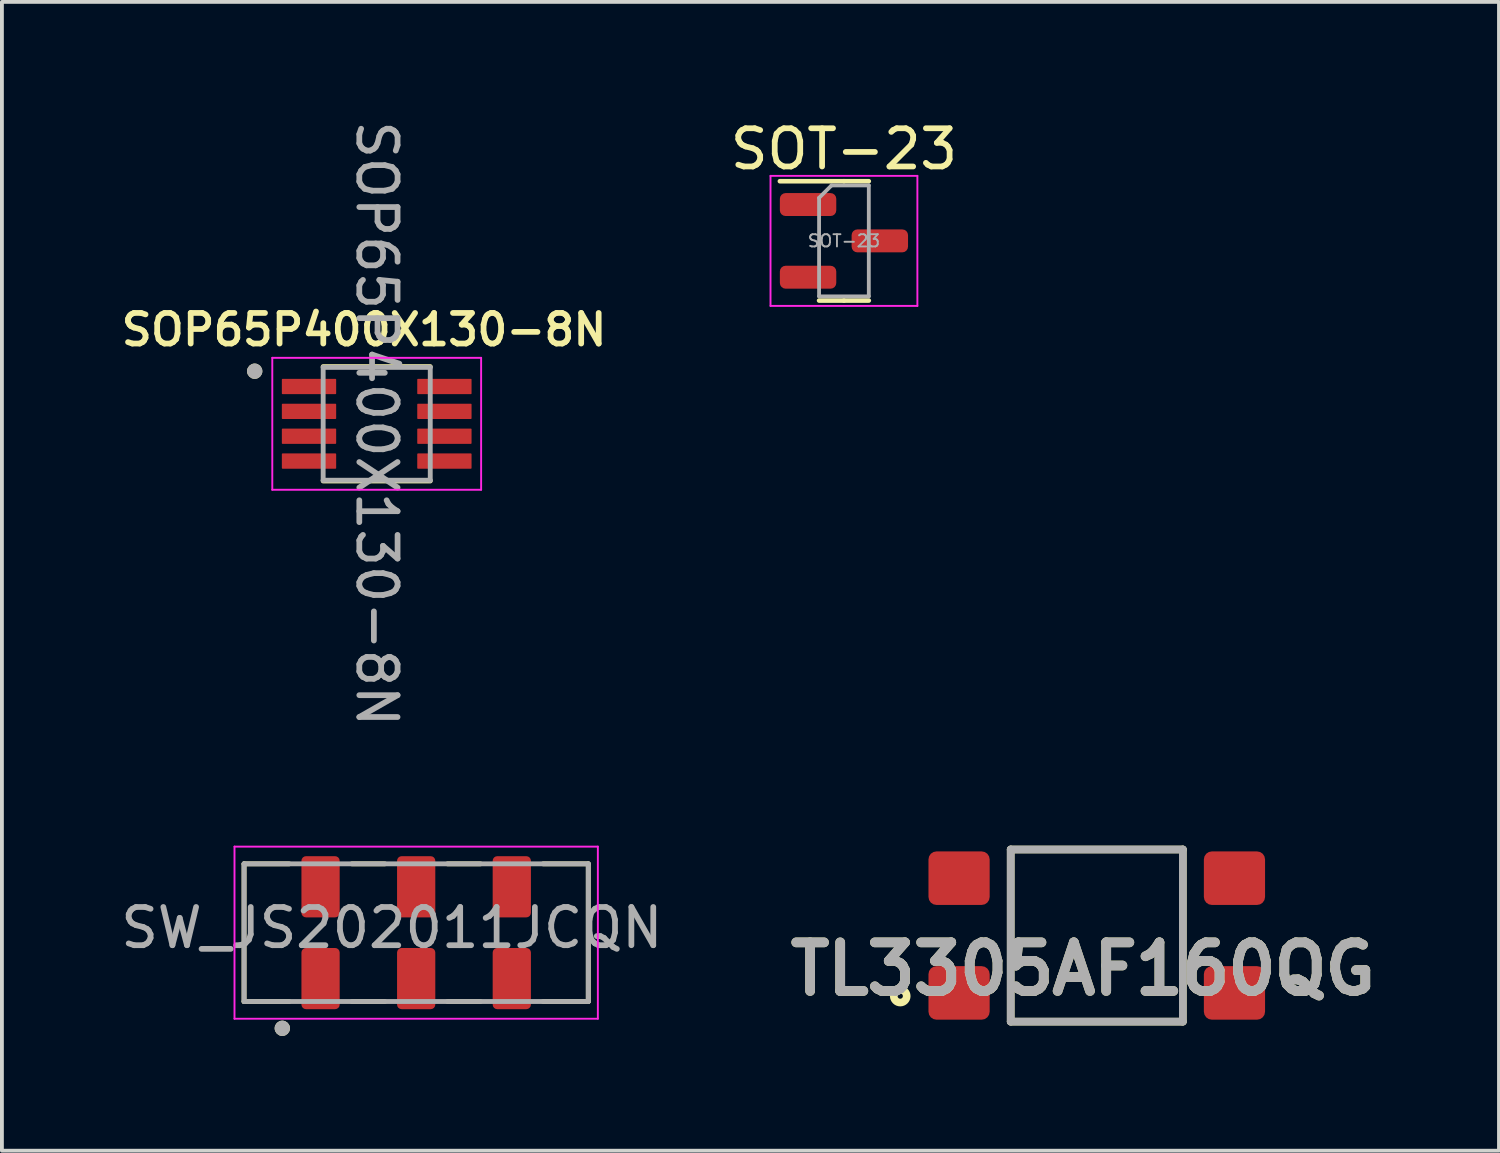
<source format=kicad_pcb>
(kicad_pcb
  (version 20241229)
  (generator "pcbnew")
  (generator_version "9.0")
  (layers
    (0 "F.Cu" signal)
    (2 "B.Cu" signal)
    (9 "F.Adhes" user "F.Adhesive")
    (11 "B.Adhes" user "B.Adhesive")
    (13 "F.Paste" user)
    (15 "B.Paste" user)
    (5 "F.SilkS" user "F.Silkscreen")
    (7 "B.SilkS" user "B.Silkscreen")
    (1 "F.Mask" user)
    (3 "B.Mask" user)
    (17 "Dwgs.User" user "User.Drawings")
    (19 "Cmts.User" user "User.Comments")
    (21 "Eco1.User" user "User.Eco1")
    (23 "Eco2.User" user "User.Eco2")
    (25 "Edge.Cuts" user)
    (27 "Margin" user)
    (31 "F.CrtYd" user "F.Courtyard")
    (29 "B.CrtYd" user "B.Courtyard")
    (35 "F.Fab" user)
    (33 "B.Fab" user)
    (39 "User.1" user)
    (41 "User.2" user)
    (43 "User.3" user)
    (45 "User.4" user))
  (footprint "SW_JS202011JCQN"
    (layer "F.Cu")
    (at 7.831 21.335)
    (property "Reference" "SW_JS202011JCQN" (at -0.635 -0.127 180) (layer "F.Fab") (effects (font (size 1 1) (thickness 0.15))))
    (attr smd)
    (fp_line (start -4.5 -1.8) (end -3.32 -1.8) (stroke (width 0.127) (type solid)) (layer "F.SilkS"))
    (fp_line (start -4.5 1.8) (end -4.5 -1.8) (stroke (width 0.127) (type solid)) (layer "F.SilkS"))
    (fp_line (start -3.32 1.8) (end -4.5 1.8) (stroke (width 0.127) (type solid)) (layer "F.SilkS"))
    (fp_line (start -1.68 -1.8) (end -0.82 -1.8) (stroke (width 0.127) (type solid)) (layer "F.SilkS"))
    (fp_line (start -0.82 1.8) (end -1.68 1.8) (stroke (width 0.127) (type solid)) (layer "F.SilkS"))
    (fp_line (start 0.82 -1.8) (end 1.68 -1.8) (stroke (width 0.127) (type solid)) (layer "F.SilkS"))
    (fp_line (start 1.68 1.8) (end 0.82 1.8) (stroke (width 0.127) (type solid)) (layer "F.SilkS"))
    (fp_line (start 3.32 -1.8) (end 4.5 -1.8) (stroke (width 0.127) (type solid)) (layer "F.SilkS"))
    (fp_line (start 4.5 -1.8) (end 4.5 1.8) (stroke (width 0.127) (type solid)) (layer "F.SilkS"))
    (fp_line (start 4.5 1.8) (end 3.32 1.8) (stroke (width 0.127) (type solid)) (layer "F.SilkS"))
    (fp_circle (center -3.5 2.5) (end -3.5 2.4) (stroke (width 0.2) (type solid)) (fill no) (layer "F.SilkS"))
    (fp_line (start -4.75 -2.25) (end 4.75 -2.25) (stroke (width 0.05) (type solid)) (layer "F.CrtYd"))
    (fp_line (start -4.75 2.25) (end -4.75 -2.25) (stroke (width 0.05) (type solid)) (layer "F.CrtYd"))
    (fp_line (start 4.75 -2.25) (end 4.75 2.25) (stroke (width 0.05) (type solid)) (layer "F.CrtYd"))
    (fp_line (start 4.75 2.25) (end -4.75 2.25) (stroke (width 0.05) (type solid)) (layer "F.CrtYd"))
    (fp_line (start -4.5 -1.8) (end 4.5 -1.8) (stroke (width 0.127) (type solid)) (layer "F.Fab"))
    (fp_line (start -4.5 1.8) (end -4.5 -1.8) (stroke (width 0.127) (type solid)) (layer "F.Fab"))
    (fp_line (start 4.5 -1.8) (end 4.5 1.8) (stroke (width 0.127) (type solid)) (layer "F.Fab"))
    (fp_line (start 4.5 1.8) (end -4.5 1.8) (stroke (width 0.127) (type solid)) (layer "F.Fab"))
    (fp_circle (center -3.5 2.5) (end -3.5 2.4) (stroke (width 0.2) (type solid)) (fill no) (layer "F.Fab"))
    (pad "1" smd roundrect (at -2.5 1.2 90) (size 1.6 1) (layers "F.Cu" "F.Mask" "F.Paste") (roundrect_rratio 0.12))
    (pad "2" smd roundrect (at 0 1.2 90) (size 1.6 1) (layers "F.Cu" "F.Mask" "F.Paste") (roundrect_rratio 0.12))
    (pad "3" smd roundrect (at 2.5 1.2 90) (size 1.6 1) (layers "F.Cu" "F.Mask" "F.Paste") (roundrect_rratio 0.12))
    (pad "4" smd roundrect (at -2.5 -1.2 90) (size 1.6 1) (layers "F.Cu" "F.Mask" "F.Paste") (roundrect_rratio 0.12))
    (pad "5" smd roundrect (at 0 -1.2 90) (size 1.6 1) (layers "F.Cu" "F.Mask" "F.Paste") (roundrect_rratio 0.12))
    (pad "6" smd roundrect (at 2.5 -1.2 90) (size 1.6 1) (layers "F.Cu" "F.Mask" "F.Paste") (roundrect_rratio 0.12)))
  (footprint "SOP65P400X130-8N"
    (layer "F.Cu")
    (at 6.799 8.03)
    (property "Reference" "SOP65P400X130-8N" (at -0.33 -2.46 0) (layer "F.SilkS") (effects (font (size 0.8 0.8) (thickness 0.15))))
    (attr smd)
    (fp_line (start -1.4 -1.495) (end 1.4 -1.495) (stroke (width 0.127) (type solid)) (layer "F.SilkS"))
    (fp_line (start -1.4 1.495) (end 1.4 1.495) (stroke (width 0.127) (type solid)) (layer "F.SilkS"))
    (fp_circle (center -3.19 -1.375) (end -3.09 -1.375) (stroke (width 0.2) (type solid)) (fill no) (layer "F.SilkS"))
    (fp_line (start -2.73 -1.725) (end -2.73 1.725) (stroke (width 0.05) (type solid)) (layer "F.CrtYd"))
    (fp_line (start -2.73 -1.725) (end 2.73 -1.725) (stroke (width 0.05) (type solid)) (layer "F.CrtYd"))
    (fp_line (start -2.73 1.725) (end 2.73 1.725) (stroke (width 0.05) (type solid)) (layer "F.CrtYd"))
    (fp_line (start 2.73 -1.725) (end 2.73 1.725) (stroke (width 0.05) (type solid)) (layer "F.CrtYd"))
    (fp_line (start -1.4 -1.475) (end -1.4 1.475) (stroke (width 0.127) (type solid)) (layer "F.Fab"))
    (fp_line (start -1.4 -1.475) (end 1.4 -1.475) (stroke (width 0.127) (type solid)) (layer "F.Fab"))
    (fp_line (start -1.4 1.475) (end 1.4 1.475) (stroke (width 0.127) (type solid)) (layer "F.Fab"))
    (fp_line (start 1.4 -1.475) (end 1.4 1.475) (stroke (width 0.127) (type solid)) (layer "F.Fab"))
    (fp_circle (center -3.19 -1.375) (end -3.09 -1.375) (stroke (width 0.2) (type solid)) (fill no) (layer "F.Fab"))
    (fp_text user "${REFERENCE}" (at 0 0 270) (unlocked yes) (layer "F.Fab") (effects (font (size 1 1) (thickness 0.15))))
    (pad "1" smd roundrect (at -1.77 -0.975) (size 1.42 0.4) (layers "F.Cu" "F.Mask" "F.Paste") (roundrect_rratio 0.05))
    (pad "2" smd roundrect (at -1.77 -0.325) (size 1.42 0.4) (layers "F.Cu" "F.Mask" "F.Paste") (roundrect_rratio 0.05))
    (pad "3" smd roundrect (at -1.77 0.325) (size 1.42 0.4) (layers "F.Cu" "F.Mask" "F.Paste") (roundrect_rratio 0.05))
    (pad "4" smd roundrect (at -1.77 0.975) (size 1.42 0.4) (layers "F.Cu" "F.Mask" "F.Paste") (roundrect_rratio 0.05))
    (pad "5" smd roundrect (at 1.77 0.975) (size 1.42 0.4) (layers "F.Cu" "F.Mask" "F.Paste") (roundrect_rratio 0.05))
    (pad "6" smd roundrect (at 1.77 0.325) (size 1.42 0.4) (layers "F.Cu" "F.Mask" "F.Paste") (roundrect_rratio 0.05))
    (pad "7" smd roundrect (at 1.77 -0.325) (size 1.42 0.4) (layers "F.Cu" "F.Mask" "F.Paste") (roundrect_rratio 0.05))
    (pad "8" smd roundrect (at 1.77 -0.975) (size 1.42 0.4) (layers "F.Cu" "F.Mask" "F.Paste") (roundrect_rratio 0.05)))
  (footprint "TL3305AF160QG"
    (layer "F.Cu")
    (at 25.625 21.41)
    (property "Reference" "TL3305AF160QG" (at -0.358 0.874 0) (layer "F.SilkS") (effects (font (size 1.27 1.27) (thickness 0.254))))
    (attr smd)
    (fp_line (start -2.25 -2.25) (end 2.25 -2.25) (stroke (width 0.2) (type solid)) (layer "F.SilkS"))
    (fp_line (start -2.25 2.25) (end -2.25 -2.25) (stroke (width 0.2) (type solid)) (layer "F.SilkS"))
    (fp_line (start 2.25 -2.25) (end 2.25 2.25) (stroke (width 0.2) (type solid)) (layer "F.SilkS"))
    (fp_line (start 2.25 2.25) (end -2.25 2.25) (stroke (width 0.2) (type solid)) (layer "F.SilkS"))
    (fp_circle (center -5.138 1.583) (end -5.138 1.652) (stroke (width 0.2) (type solid)) (fill no) (layer "F.SilkS"))
    (fp_line (start -2.25 -2.25) (end 2.25 -2.25) (stroke (width 0.2) (type solid)) (layer "F.Fab"))
    (fp_line (start -2.25 2.25) (end -2.25 -2.25) (stroke (width 0.2) (type solid)) (layer "F.Fab"))
    (fp_line (start 2.25 -2.25) (end 2.25 2.25) (stroke (width 0.2) (type solid)) (layer "F.Fab"))
    (fp_line (start 2.25 2.25) (end -2.25 2.25) (stroke (width 0.2) (type solid)) (layer "F.Fab"))
    (fp_text user "${REFERENCE}" (at -0.358 0.874 0) (layer "F.Fab") (effects (font (size 1.27 1.27) (thickness 0.254))))
    (pad "1" smd roundrect (at -3.6 1.5 90) (size 1.4 1.6) (layers "F.Cu" "F.Mask" "F.Paste") (roundrect_rratio 0.15))
    (pad "2" smd roundrect (at 3.6 1.5 90) (size 1.4 1.6) (layers "F.Cu" "F.Mask" "F.Paste") (roundrect_rratio 0.15))
    (pad "3" smd roundrect (at -3.6 -1.5 90) (size 1.4 1.6) (layers "F.Cu" "F.Mask" "F.Paste") (roundrect_rratio 0.15))
    (pad "4" smd roundrect (at 3.6 -1.5 90) (size 1.4 1.6) (layers "F.Cu" "F.Mask" "F.Paste") (roundrect_rratio 0.15)))
  (footprint "SOT-23"
    (layer "F.Cu")
    (at 19.015 3.248)
    (property "Reference" "SOT-23" (at 0 -2.4 180) (layer "F.SilkS") (effects (font (size 1 1) (thickness 0.15))))
    (attr smd)
    (fp_line (start 0 -1.56) (end -1.675 -1.56) (stroke (width 0.12) (type solid)) (layer "F.SilkS"))
    (fp_line (start 0 -1.56) (end 0.65 -1.56) (stroke (width 0.12) (type solid)) (layer "F.SilkS"))
    (fp_line (start 0 1.56) (end -0.65 1.56) (stroke (width 0.12) (type solid)) (layer "F.SilkS"))
    (fp_line (start 0 1.56) (end 0.65 1.56) (stroke (width 0.12) (type solid)) (layer "F.SilkS"))
    (fp_line (start -1.92 -1.7) (end -1.92 1.7) (stroke (width 0.05) (type solid)) (layer "F.CrtYd"))
    (fp_line (start -1.92 1.7) (end 1.92 1.7) (stroke (width 0.05) (type solid)) (layer "F.CrtYd"))
    (fp_line (start 1.92 -1.7) (end -1.92 -1.7) (stroke (width 0.05) (type solid)) (layer "F.CrtYd"))
    (fp_line (start 1.92 1.7) (end 1.92 -1.7) (stroke (width 0.05) (type solid)) (layer "F.CrtYd"))
    (fp_line (start -0.65 -1.125) (end -0.325 -1.45) (stroke (width 0.1) (type solid)) (layer "F.Fab"))
    (fp_line (start -0.65 1.45) (end -0.65 -1.125) (stroke (width 0.1) (type solid)) (layer "F.Fab"))
    (fp_line (start -0.325 -1.45) (end 0.65 -1.45) (stroke (width 0.1) (type solid)) (layer "F.Fab"))
    (fp_line (start 0.65 -1.45) (end 0.65 1.45) (stroke (width 0.1) (type solid)) (layer "F.Fab"))
    (fp_line (start 0.65 1.45) (end -0.65 1.45) (stroke (width 0.1) (type solid)) (layer "F.Fab"))
    (fp_text user "${REFERENCE}" (at 0 0 180) (layer "F.Fab") (effects (font (size 0.32 0.32) (thickness 0.05))))
    (pad "1" smd roundrect (at -0.938 -0.95) (size 1.475 0.6) (layers "F.Cu" "F.Mask" "F.Paste") (roundrect_rratio 0.25))
    (pad "2" smd roundrect (at -0.938 0.95) (size 1.475 0.6) (layers "F.Cu" "F.Mask" "F.Paste") (roundrect_rratio 0.25))
    (pad "3" smd roundrect (at 0.938 0) (size 1.475 0.6) (layers "F.Cu" "F.Mask" "F.Paste") (roundrect_rratio 0.25)))
  (gr_rect
    (start -3 -3)
    (end 36.141 27.035)
    (stroke (width 0.1) (type default))
    (fill no)
    (layer "Edge.Cuts")))
</source>
